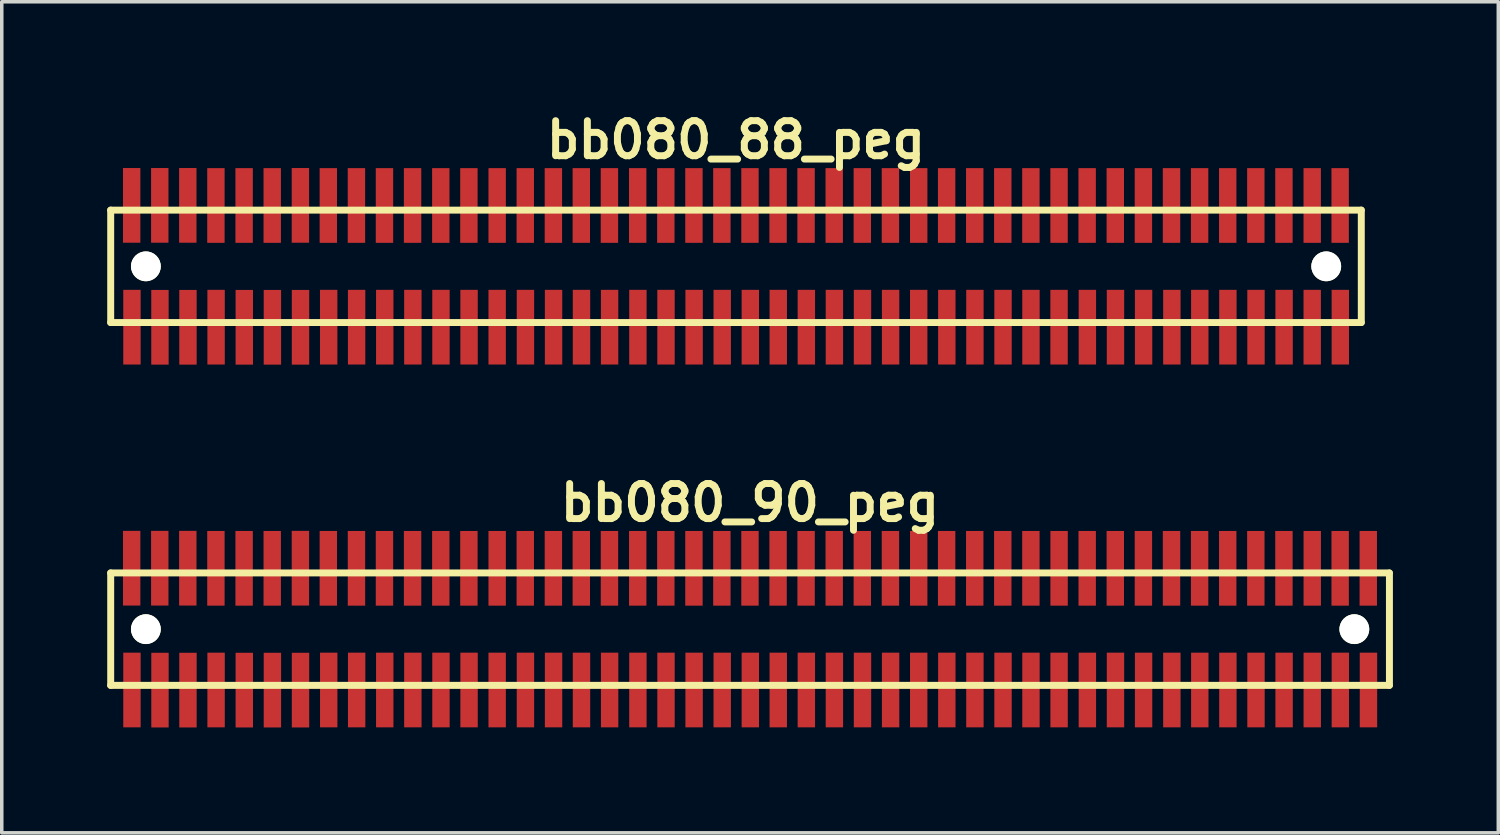
<source format=kicad_pcb>
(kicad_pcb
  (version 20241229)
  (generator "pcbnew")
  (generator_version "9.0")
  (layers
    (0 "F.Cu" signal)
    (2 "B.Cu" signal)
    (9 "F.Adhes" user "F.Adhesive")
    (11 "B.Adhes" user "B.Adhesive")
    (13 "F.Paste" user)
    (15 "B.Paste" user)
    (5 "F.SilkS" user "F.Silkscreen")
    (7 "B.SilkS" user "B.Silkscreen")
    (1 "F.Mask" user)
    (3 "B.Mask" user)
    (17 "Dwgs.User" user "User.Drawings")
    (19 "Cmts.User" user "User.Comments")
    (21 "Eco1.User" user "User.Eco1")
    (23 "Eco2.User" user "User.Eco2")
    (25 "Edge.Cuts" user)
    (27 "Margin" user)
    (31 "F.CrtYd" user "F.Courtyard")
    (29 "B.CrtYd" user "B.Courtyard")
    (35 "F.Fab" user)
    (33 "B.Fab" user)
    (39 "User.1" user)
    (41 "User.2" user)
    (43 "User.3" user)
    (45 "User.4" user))
  (footprint "bb080_88_peg"
    (layer "F.Cu")
    (at 17.899 4.531)
    (property "Reference" "bb080_88_peg" (at 0 -3.599 0) (layer "F.SilkS") (effects (font (size 0.998 0.998) (thickness 0.198))))
    (attr through_hole)
    (fp_line (start -17.8 -1.6) (end 17.8 -1.6) (stroke (width 0.198) (type solid)) (layer "F.SilkS"))
    (fp_line (start -17.798 -1.6) (end -17.798 1.6) (stroke (width 0.198) (type solid)) (layer "F.SilkS"))
    (fp_line (start 17.8 1.6) (end -17.8 1.6) (stroke (width 0.198) (type solid)) (layer "F.SilkS"))
    (fp_line (start 17.8 1.6) (end 17.8 -1.6) (stroke (width 0.198) (type solid)) (layer "F.SilkS"))
    (pad "" np_thru_hole circle (at -16.797 0) (size 0.848 0.848) (drill 0.848) (layers "*.Cu" "*.Mask" "F.SilkS"))
    (pad "" np_thru_hole circle (at 16.802 0) (size 0.848 0.848) (drill 0.848) (layers "*.Cu" "*.Mask" "F.SilkS"))
    (pad "1" smd rect (at -17.193 1.732) (size 0.495 2.126) (layers "F.Cu" "F.Mask" "F.Paste"))
    (pad "2" smd rect (at -17.201 -1.735) (size 0.495 2.126) (layers "F.Cu" "F.Mask" "F.Paste"))
    (pad "3" smd rect (at -16.396 1.735) (size 0.495 2.126) (layers "F.Cu" "F.Mask" "F.Paste"))
    (pad "4" smd rect (at -16.401 -1.735) (size 0.495 2.126) (layers "F.Cu" "F.Mask" "F.Paste"))
    (pad "5" smd rect (at -15.598 1.735) (size 0.495 2.126) (layers "F.Cu" "F.Mask" "F.Paste"))
    (pad "6" smd rect (at -15.603 -1.735) (size 0.495 2.126) (layers "F.Cu" "F.Mask" "F.Paste"))
    (pad "7" smd rect (at -14.798 1.732) (size 0.495 2.126) (layers "F.Cu" "F.Mask" "F.Paste"))
    (pad "8" smd rect (at -14.803 -1.732) (size 0.495 2.126) (layers "F.Cu" "F.Mask" "F.Paste"))
    (pad "9" smd rect (at -13.995 1.735) (size 0.495 2.126) (layers "F.Cu" "F.Mask" "F.Paste"))
    (pad "10" smd rect (at -14 -1.732) (size 0.495 2.126) (layers "F.Cu" "F.Mask" "F.Paste"))
    (pad "11" smd rect (at -13.195 1.735) (size 0.495 2.126) (layers "F.Cu" "F.Mask" "F.Paste"))
    (pad "12" smd rect (at -13.2 -1.732) (size 0.495 2.126) (layers "F.Cu" "F.Mask" "F.Paste"))
    (pad "13" smd rect (at -12.395 1.735) (size 0.495 2.126) (layers "F.Cu" "F.Mask" "F.Paste"))
    (pad "14" smd rect (at -12.398 -1.735) (size 0.495 2.126) (layers "F.Cu" "F.Mask" "F.Paste"))
    (pad "15" smd rect (at -11.593 1.732) (size 0.495 2.126) (layers "F.Cu" "F.Mask" "F.Paste"))
    (pad "16" smd rect (at -11.603 -1.732) (size 0.495 2.126) (layers "F.Cu" "F.Mask" "F.Paste"))
    (pad "17" smd rect (at -10.798 1.732) (size 0.495 2.126) (layers "F.Cu" "F.Mask" "F.Paste"))
    (pad "18" smd rect (at -10.803 -1.732) (size 0.495 2.126) (layers "F.Cu" "F.Mask" "F.Paste"))
    (pad "19" smd rect (at -9.997 1.732) (size 0.495 2.126) (layers "F.Cu" "F.Mask" "F.Paste"))
    (pad "20" smd rect (at -10.005 -1.732) (size 0.495 2.126) (layers "F.Cu" "F.Mask" "F.Paste"))
    (pad "21" smd rect (at -9.197 1.732) (size 0.495 2.126) (layers "F.Cu" "F.Mask" "F.Paste"))
    (pad "22" smd rect (at -9.205 -1.732) (size 0.495 2.126) (layers "F.Cu" "F.Mask" "F.Paste"))
    (pad "23" smd rect (at -8.397 1.732) (size 0.495 2.126) (layers "F.Cu" "F.Mask" "F.Paste"))
    (pad "24" smd rect (at -8.402 -1.732) (size 0.495 2.126) (layers "F.Cu" "F.Mask" "F.Paste"))
    (pad "25" smd rect (at -7.597 1.732) (size 0.495 2.126) (layers "F.Cu" "F.Mask" "F.Paste"))
    (pad "26" smd rect (at -7.602 -1.732) (size 0.495 2.126) (layers "F.Cu" "F.Mask" "F.Paste"))
    (pad "27" smd rect (at -6.797 1.732) (size 0.495 2.126) (layers "F.Cu" "F.Mask" "F.Paste"))
    (pad "28" smd rect (at -6.797 -1.732) (size 0.495 2.126) (layers "F.Cu" "F.Mask" "F.Paste"))
    (pad "29" smd rect (at -5.992 1.732) (size 0.495 2.126) (layers "F.Cu" "F.Mask" "F.Paste"))
    (pad "30" smd rect (at -5.997 -1.732) (size 0.495 2.126) (layers "F.Cu" "F.Mask" "F.Paste"))
    (pad "31" smd rect (at -5.192 1.732) (size 0.495 2.126) (layers "F.Cu" "F.Mask" "F.Paste"))
    (pad "32" smd rect (at -5.197 -1.732) (size 0.495 2.126) (layers "F.Cu" "F.Mask" "F.Paste"))
    (pad "33" smd rect (at -4.397 1.732) (size 0.495 2.126) (layers "F.Cu" "F.Mask" "F.Paste"))
    (pad "34" smd rect (at -4.402 -1.732) (size 0.495 2.126) (layers "F.Cu" "F.Mask" "F.Paste"))
    (pad "35" smd rect (at -3.597 1.732) (size 0.495 2.126) (layers "F.Cu" "F.Mask" "F.Paste"))
    (pad "36" smd rect (at -3.602 -1.732) (size 0.495 2.126) (layers "F.Cu" "F.Mask" "F.Paste"))
    (pad "37" smd rect (at -2.791 1.732) (size 0.495 2.126) (layers "F.Cu" "F.Mask" "F.Paste"))
    (pad "38" smd rect (at -2.797 -1.732) (size 0.495 2.126) (layers "F.Cu" "F.Mask" "F.Paste"))
    (pad "39" smd rect (at -1.991 1.732) (size 0.495 2.126) (layers "F.Cu" "F.Mask" "F.Paste"))
    (pad "40" smd rect (at -1.996 -1.732) (size 0.495 2.126) (layers "F.Cu" "F.Mask" "F.Paste"))
    (pad "41" smd rect (at -1.191 1.732) (size 0.495 2.126) (layers "F.Cu" "F.Mask" "F.Paste"))
    (pad "42" smd rect (at -1.196 -1.732) (size 0.495 2.126) (layers "F.Cu" "F.Mask" "F.Paste"))
    (pad "43" smd rect (at -0.391 1.732) (size 0.495 2.126) (layers "F.Cu" "F.Mask" "F.Paste"))
    (pad "44" smd rect (at -0.401 -1.732) (size 0.495 2.126) (layers "F.Cu" "F.Mask" "F.Paste"))
    (pad "45" smd rect (at 0.409 1.732) (size 0.495 2.126) (layers "F.Cu" "F.Mask" "F.Paste"))
    (pad "46" smd rect (at 0.399 -1.732) (size 0.495 2.126) (layers "F.Cu" "F.Mask" "F.Paste"))
    (pad "47" smd rect (at 1.204 1.732) (size 0.495 2.126) (layers "F.Cu" "F.Mask" "F.Paste"))
    (pad "48" smd rect (at 1.199 -1.732) (size 0.495 2.126) (layers "F.Cu" "F.Mask" "F.Paste"))
    (pad "49" smd rect (at 2.004 1.732) (size 0.495 2.126) (layers "F.Cu" "F.Mask" "F.Paste"))
    (pad "50" smd rect (at 1.996 -1.732) (size 0.495 2.126) (layers "F.Cu" "F.Mask" "F.Paste"))
    (pad "51" smd rect (at 2.802 1.732) (size 0.495 2.126) (layers "F.Cu" "F.Mask" "F.Paste"))
    (pad "52" smd rect (at 2.797 -1.732) (size 0.495 2.126) (layers "F.Cu" "F.Mask" "F.Paste"))
    (pad "53" smd rect (at 3.602 1.732) (size 0.495 2.126) (layers "F.Cu" "F.Mask" "F.Paste"))
    (pad "54" smd rect (at 3.597 -1.732) (size 0.495 2.126) (layers "F.Cu" "F.Mask" "F.Paste"))
    (pad "55" smd rect (at 4.402 1.732) (size 0.495 2.126) (layers "F.Cu" "F.Mask" "F.Paste"))
    (pad "56" smd rect (at 4.397 -1.732) (size 0.495 2.126) (layers "F.Cu" "F.Mask" "F.Paste"))
    (pad "57" smd rect (at 5.202 1.732) (size 0.495 2.126) (layers "F.Cu" "F.Mask" "F.Paste"))
    (pad "58" smd rect (at 5.202 -1.732) (size 0.495 2.126) (layers "F.Cu" "F.Mask" "F.Paste"))
    (pad "59" smd rect (at 6.002 1.732) (size 0.495 2.126) (layers "F.Cu" "F.Mask" "F.Paste"))
    (pad "60" smd rect (at 5.997 -1.732) (size 0.495 2.126) (layers "F.Cu" "F.Mask" "F.Paste"))
    (pad "61" smd rect (at 6.802 1.732) (size 0.495 2.126) (layers "F.Cu" "F.Mask" "F.Paste"))
    (pad "62" smd rect (at 6.797 -1.732) (size 0.495 2.126) (layers "F.Cu" "F.Mask" "F.Paste"))
    (pad "63" smd rect (at 7.602 1.732) (size 0.495 2.126) (layers "F.Cu" "F.Mask" "F.Paste"))
    (pad "64" smd rect (at 7.595 -1.732) (size 0.495 2.126) (layers "F.Cu" "F.Mask" "F.Paste"))
    (pad "65" smd rect (at 8.397 1.732) (size 0.495 2.126) (layers "F.Cu" "F.Mask" "F.Paste"))
    (pad "66" smd rect (at 8.395 -1.732) (size 0.495 2.126) (layers "F.Cu" "F.Mask" "F.Paste"))
    (pad "67" smd rect (at 9.197 1.732) (size 0.495 2.126) (layers "F.Cu" "F.Mask" "F.Paste"))
    (pad "68" smd rect (at 9.197 -1.732) (size 0.495 2.126) (layers "F.Cu" "F.Mask" "F.Paste"))
    (pad "69" smd rect (at 10.003 1.732) (size 0.495 2.126) (layers "F.Cu" "F.Mask" "F.Paste"))
    (pad "70" smd rect (at 9.997 -1.732) (size 0.495 2.126) (layers "F.Cu" "F.Mask" "F.Paste"))
    (pad "71" smd rect (at 10.803 1.732) (size 0.495 2.126) (layers "F.Cu" "F.Mask" "F.Paste"))
    (pad "72" smd rect (at 10.798 -1.732) (size 0.495 2.126) (layers "F.Cu" "F.Mask" "F.Paste"))
    (pad "73" smd rect (at 11.603 1.732) (size 0.495 2.126) (layers "F.Cu" "F.Mask" "F.Paste"))
    (pad "74" smd rect (at 11.598 -1.732) (size 0.495 2.126) (layers "F.Cu" "F.Mask" "F.Paste"))
    (pad "75" smd rect (at 12.408 1.732) (size 0.495 2.126) (layers "F.Cu" "F.Mask" "F.Paste"))
    (pad "76" smd rect (at 12.398 -1.732) (size 0.495 2.126) (layers "F.Cu" "F.Mask" "F.Paste"))
    (pad "77" smd rect (at 13.203 1.732) (size 0.495 2.126) (layers "F.Cu" "F.Mask" "F.Paste"))
    (pad "78" smd rect (at 13.198 -1.732) (size 0.495 2.126) (layers "F.Cu" "F.Mask" "F.Paste"))
    (pad "79" smd rect (at 14.003 1.732) (size 0.495 2.126) (layers "F.Cu" "F.Mask" "F.Paste"))
    (pad "80" smd rect (at 13.998 -1.732) (size 0.495 2.126) (layers "F.Cu" "F.Mask" "F.Paste"))
    (pad "81" smd rect (at 14.803 1.732) (size 0.495 2.126) (layers "F.Cu" "F.Mask" "F.Paste"))
    (pad "82" smd rect (at 14.798 -1.732) (size 0.495 2.126) (layers "F.Cu" "F.Mask" "F.Paste"))
    (pad "83" smd rect (at 15.603 1.732) (size 0.495 2.126) (layers "F.Cu" "F.Mask" "F.Paste"))
    (pad "84" smd rect (at 15.598 -1.732) (size 0.495 2.126) (layers "F.Cu" "F.Mask" "F.Paste"))
    (pad "85" smd rect (at 16.403 1.732) (size 0.495 2.126) (layers "F.Cu" "F.Mask" "F.Paste"))
    (pad "86" smd rect (at 16.403 -1.732) (size 0.495 2.126) (layers "F.Cu" "F.Mask" "F.Paste"))
    (pad "87" smd rect (at 17.203 1.732) (size 0.495 2.126) (layers "F.Cu" "F.Mask" "F.Paste"))
    (pad "88" smd rect (at 17.198 -1.732) (size 0.495 2.126) (layers "F.Cu" "F.Mask" "F.Paste")))
  (footprint "bb080_90_peg"
    (layer "F.Cu")
    (at 18.298 14.859)
    (property "Reference" "bb080_90_peg" (at 0 -3.599 0) (layer "F.SilkS") (effects (font (size 0.998 0.998) (thickness 0.198))))
    (attr through_hole)
    (fp_line (start -18.199 -1.6) (end 18.199 -1.6) (stroke (width 0.198) (type solid)) (layer "F.SilkS"))
    (fp_line (start -18.197 -1.6) (end -18.197 1.6) (stroke (width 0.198) (type solid)) (layer "F.SilkS"))
    (fp_line (start 18.199 1.6) (end -18.199 1.6) (stroke (width 0.198) (type solid)) (layer "F.SilkS"))
    (fp_line (start 18.202 1.6) (end 18.202 -1.6) (stroke (width 0.198) (type solid)) (layer "F.SilkS"))
    (pad "" np_thru_hole circle (at -17.196 0) (size 0.848 0.848) (drill 0.848) (layers "*.Cu" "*.Mask" "F.SilkS"))
    (pad "" np_thru_hole circle (at 17.203 0) (size 0.848 0.848) (drill 0.848) (layers "*.Cu" "*.Mask" "F.SilkS"))
    (pad "1" smd rect (at -17.592 1.732) (size 0.495 2.126) (layers "F.Cu" "F.Mask" "F.Paste"))
    (pad "2" smd rect (at -17.6 -1.735) (size 0.495 2.126) (layers "F.Cu" "F.Mask" "F.Paste"))
    (pad "3" smd rect (at -16.794 1.735) (size 0.495 2.126) (layers "F.Cu" "F.Mask" "F.Paste"))
    (pad "4" smd rect (at -16.8 -1.735) (size 0.495 2.126) (layers "F.Cu" "F.Mask" "F.Paste"))
    (pad "5" smd rect (at -15.997 1.735) (size 0.495 2.126) (layers "F.Cu" "F.Mask" "F.Paste"))
    (pad "6" smd rect (at -16.002 -1.735) (size 0.495 2.126) (layers "F.Cu" "F.Mask" "F.Paste"))
    (pad "7" smd rect (at -15.197 1.732) (size 0.495 2.126) (layers "F.Cu" "F.Mask" "F.Paste"))
    (pad "8" smd rect (at -15.202 -1.732) (size 0.495 2.126) (layers "F.Cu" "F.Mask" "F.Paste"))
    (pad "9" smd rect (at -14.394 1.735) (size 0.495 2.126) (layers "F.Cu" "F.Mask" "F.Paste"))
    (pad "10" smd rect (at -14.399 -1.732) (size 0.495 2.126) (layers "F.Cu" "F.Mask" "F.Paste"))
    (pad "11" smd rect (at -13.594 1.735) (size 0.495 2.126) (layers "F.Cu" "F.Mask" "F.Paste"))
    (pad "12" smd rect (at -13.599 -1.732) (size 0.495 2.126) (layers "F.Cu" "F.Mask" "F.Paste"))
    (pad "13" smd rect (at -12.794 1.735) (size 0.495 2.126) (layers "F.Cu" "F.Mask" "F.Paste"))
    (pad "14" smd rect (at -12.797 -1.735) (size 0.495 2.126) (layers "F.Cu" "F.Mask" "F.Paste"))
    (pad "15" smd rect (at -11.991 1.732) (size 0.495 2.126) (layers "F.Cu" "F.Mask" "F.Paste"))
    (pad "16" smd rect (at -12.002 -1.732) (size 0.495 2.126) (layers "F.Cu" "F.Mask" "F.Paste"))
    (pad "17" smd rect (at -11.196 1.732) (size 0.495 2.126) (layers "F.Cu" "F.Mask" "F.Paste"))
    (pad "18" smd rect (at -11.201 -1.732) (size 0.495 2.126) (layers "F.Cu" "F.Mask" "F.Paste"))
    (pad "19" smd rect (at -10.396 1.732) (size 0.495 2.126) (layers "F.Cu" "F.Mask" "F.Paste"))
    (pad "20" smd rect (at -10.404 -1.732) (size 0.495 2.126) (layers "F.Cu" "F.Mask" "F.Paste"))
    (pad "21" smd rect (at -9.596 1.732) (size 0.495 2.126) (layers "F.Cu" "F.Mask" "F.Paste"))
    (pad "22" smd rect (at -9.604 -1.732) (size 0.495 2.126) (layers "F.Cu" "F.Mask" "F.Paste"))
    (pad "23" smd rect (at -8.796 1.732) (size 0.495 2.126) (layers "F.Cu" "F.Mask" "F.Paste"))
    (pad "24" smd rect (at -8.801 -1.732) (size 0.495 2.126) (layers "F.Cu" "F.Mask" "F.Paste"))
    (pad "25" smd rect (at -7.996 1.732) (size 0.495 2.126) (layers "F.Cu" "F.Mask" "F.Paste"))
    (pad "26" smd rect (at -8.001 -1.732) (size 0.495 2.126) (layers "F.Cu" "F.Mask" "F.Paste"))
    (pad "27" smd rect (at -7.196 1.732) (size 0.495 2.126) (layers "F.Cu" "F.Mask" "F.Paste"))
    (pad "28" smd rect (at -7.196 -1.732) (size 0.495 2.126) (layers "F.Cu" "F.Mask" "F.Paste"))
    (pad "29" smd rect (at -6.391 1.732) (size 0.495 2.126) (layers "F.Cu" "F.Mask" "F.Paste"))
    (pad "30" smd rect (at -6.396 -1.732) (size 0.495 2.126) (layers "F.Cu" "F.Mask" "F.Paste"))
    (pad "31" smd rect (at -5.591 1.732) (size 0.495 2.126) (layers "F.Cu" "F.Mask" "F.Paste"))
    (pad "32" smd rect (at -5.596 -1.732) (size 0.495 2.126) (layers "F.Cu" "F.Mask" "F.Paste"))
    (pad "33" smd rect (at -4.796 1.732) (size 0.495 2.126) (layers "F.Cu" "F.Mask" "F.Paste"))
    (pad "34" smd rect (at -4.801 -1.732) (size 0.495 2.126) (layers "F.Cu" "F.Mask" "F.Paste"))
    (pad "35" smd rect (at -3.995 1.732) (size 0.495 2.126) (layers "F.Cu" "F.Mask" "F.Paste"))
    (pad "36" smd rect (at -4 -1.732) (size 0.495 2.126) (layers "F.Cu" "F.Mask" "F.Paste"))
    (pad "37" smd rect (at -3.19 1.732) (size 0.495 2.126) (layers "F.Cu" "F.Mask" "F.Paste"))
    (pad "38" smd rect (at -3.195 -1.732) (size 0.495 2.126) (layers "F.Cu" "F.Mask" "F.Paste"))
    (pad "39" smd rect (at -2.39 1.732) (size 0.495 2.126) (layers "F.Cu" "F.Mask" "F.Paste"))
    (pad "40" smd rect (at -2.395 -1.732) (size 0.495 2.126) (layers "F.Cu" "F.Mask" "F.Paste"))
    (pad "41" smd rect (at -1.59 1.732) (size 0.495 2.126) (layers "F.Cu" "F.Mask" "F.Paste"))
    (pad "42" smd rect (at -1.595 -1.732) (size 0.495 2.126) (layers "F.Cu" "F.Mask" "F.Paste"))
    (pad "43" smd rect (at -0.79 1.732) (size 0.495 2.126) (layers "F.Cu" "F.Mask" "F.Paste"))
    (pad "44" smd rect (at -0.8 -1.732) (size 0.495 2.126) (layers "F.Cu" "F.Mask" "F.Paste"))
    (pad "45" smd rect (at 0.01 1.732) (size 0.495 2.126) (layers "F.Cu" "F.Mask" "F.Paste"))
    (pad "46" smd rect (at 0 -1.732) (size 0.495 2.126) (layers "F.Cu" "F.Mask" "F.Paste"))
    (pad "47" smd rect (at 0.805 1.732) (size 0.495 2.126) (layers "F.Cu" "F.Mask" "F.Paste"))
    (pad "48" smd rect (at 0.8 -1.732) (size 0.495 2.126) (layers "F.Cu" "F.Mask" "F.Paste"))
    (pad "49" smd rect (at 1.605 1.732) (size 0.495 2.126) (layers "F.Cu" "F.Mask" "F.Paste"))
    (pad "50" smd rect (at 1.598 -1.732) (size 0.495 2.126) (layers "F.Cu" "F.Mask" "F.Paste"))
    (pad "51" smd rect (at 2.403 1.732) (size 0.495 2.126) (layers "F.Cu" "F.Mask" "F.Paste"))
    (pad "52" smd rect (at 2.398 -1.732) (size 0.495 2.126) (layers "F.Cu" "F.Mask" "F.Paste"))
    (pad "53" smd rect (at 3.203 1.732) (size 0.495 2.126) (layers "F.Cu" "F.Mask" "F.Paste"))
    (pad "54" smd rect (at 3.198 -1.732) (size 0.495 2.126) (layers "F.Cu" "F.Mask" "F.Paste"))
    (pad "55" smd rect (at 4.003 1.732) (size 0.495 2.126) (layers "F.Cu" "F.Mask" "F.Paste"))
    (pad "56" smd rect (at 3.998 -1.732) (size 0.495 2.126) (layers "F.Cu" "F.Mask" "F.Paste"))
    (pad "57" smd rect (at 4.803 1.732) (size 0.495 2.126) (layers "F.Cu" "F.Mask" "F.Paste"))
    (pad "58" smd rect (at 4.803 -1.732) (size 0.495 2.126) (layers "F.Cu" "F.Mask" "F.Paste"))
    (pad "59" smd rect (at 5.603 1.732) (size 0.495 2.126) (layers "F.Cu" "F.Mask" "F.Paste"))
    (pad "60" smd rect (at 5.598 -1.732) (size 0.495 2.126) (layers "F.Cu" "F.Mask" "F.Paste"))
    (pad "61" smd rect (at 6.403 1.732) (size 0.495 2.126) (layers "F.Cu" "F.Mask" "F.Paste"))
    (pad "62" smd rect (at 6.398 -1.732) (size 0.495 2.126) (layers "F.Cu" "F.Mask" "F.Paste"))
    (pad "63" smd rect (at 7.203 1.732) (size 0.495 2.126) (layers "F.Cu" "F.Mask" "F.Paste"))
    (pad "64" smd rect (at 7.196 -1.732) (size 0.495 2.126) (layers "F.Cu" "F.Mask" "F.Paste"))
    (pad "65" smd rect (at 7.998 1.732) (size 0.495 2.126) (layers "F.Cu" "F.Mask" "F.Paste"))
    (pad "66" smd rect (at 7.996 -1.732) (size 0.495 2.126) (layers "F.Cu" "F.Mask" "F.Paste"))
    (pad "67" smd rect (at 8.799 1.732) (size 0.495 2.126) (layers "F.Cu" "F.Mask" "F.Paste"))
    (pad "68" smd rect (at 8.799 -1.732) (size 0.495 2.126) (layers "F.Cu" "F.Mask" "F.Paste"))
    (pad "69" smd rect (at 9.604 1.732) (size 0.495 2.126) (layers "F.Cu" "F.Mask" "F.Paste"))
    (pad "70" smd rect (at 9.599 -1.732) (size 0.495 2.126) (layers "F.Cu" "F.Mask" "F.Paste"))
    (pad "71" smd rect (at 10.404 1.732) (size 0.495 2.126) (layers "F.Cu" "F.Mask" "F.Paste"))
    (pad "72" smd rect (at 10.399 -1.732) (size 0.495 2.126) (layers "F.Cu" "F.Mask" "F.Paste"))
    (pad "73" smd rect (at 11.204 1.732) (size 0.495 2.126) (layers "F.Cu" "F.Mask" "F.Paste"))
    (pad "74" smd rect (at 11.199 -1.732) (size 0.495 2.126) (layers "F.Cu" "F.Mask" "F.Paste"))
    (pad "75" smd rect (at 12.009 1.732) (size 0.495 2.126) (layers "F.Cu" "F.Mask" "F.Paste"))
    (pad "76" smd rect (at 11.999 -1.732) (size 0.495 2.126) (layers "F.Cu" "F.Mask" "F.Paste"))
    (pad "77" smd rect (at 12.804 1.732) (size 0.495 2.126) (layers "F.Cu" "F.Mask" "F.Paste"))
    (pad "78" smd rect (at 12.799 -1.732) (size 0.495 2.126) (layers "F.Cu" "F.Mask" "F.Paste"))
    (pad "79" smd rect (at 13.604 1.732) (size 0.495 2.126) (layers "F.Cu" "F.Mask" "F.Paste"))
    (pad "80" smd rect (at 13.599 -1.732) (size 0.495 2.126) (layers "F.Cu" "F.Mask" "F.Paste"))
    (pad "81" smd rect (at 14.404 1.732) (size 0.495 2.126) (layers "F.Cu" "F.Mask" "F.Paste"))
    (pad "82" smd rect (at 14.399 -1.732) (size 0.495 2.126) (layers "F.Cu" "F.Mask" "F.Paste"))
    (pad "83" smd rect (at 15.204 1.732) (size 0.495 2.126) (layers "F.Cu" "F.Mask" "F.Paste"))
    (pad "84" smd rect (at 15.199 -1.732) (size 0.495 2.126) (layers "F.Cu" "F.Mask" "F.Paste"))
    (pad "85" smd rect (at 16.005 1.732) (size 0.495 2.126) (layers "F.Cu" "F.Mask" "F.Paste"))
    (pad "86" smd rect (at 16.005 -1.732) (size 0.495 2.126) (layers "F.Cu" "F.Mask" "F.Paste"))
    (pad "87" smd rect (at 16.805 1.732) (size 0.495 2.126) (layers "F.Cu" "F.Mask" "F.Paste"))
    (pad "88" smd rect (at 16.8 -1.732) (size 0.495 2.126) (layers "F.Cu" "F.Mask" "F.Paste"))
    (pad "89" smd rect (at 17.605 1.732) (size 0.495 2.126) (layers "F.Cu" "F.Mask" "F.Paste"))
    (pad "90" smd rect (at 17.6 -1.732) (size 0.495 2.126) (layers "F.Cu" "F.Mask" "F.Paste")))
  (gr_rect
    (start -3 -3)
    (end 39.599 20.657)
    (stroke (width 0.1) (type default))
    (fill no)
    (layer "Edge.Cuts")))
</source>
